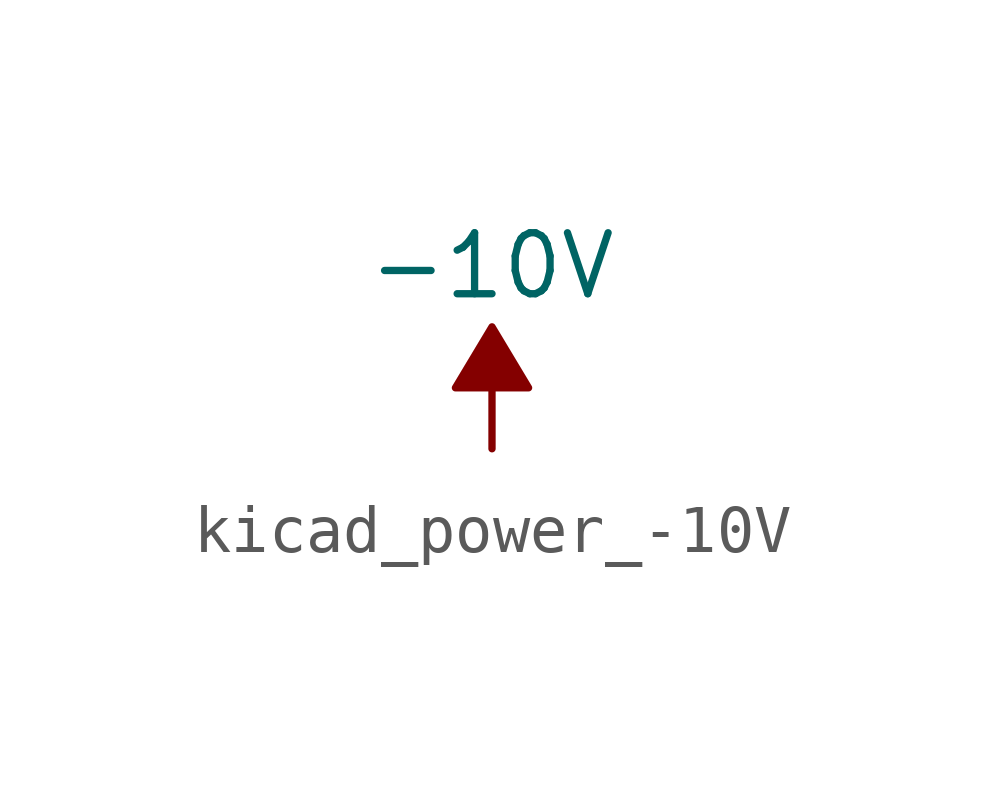
<source format=kicad_sym>
(kicad_symbol_lib
  (version 20220914)
  (generator kicad_symbol_editor)
  (symbol "kicad_power_-10V"
    (power)
    (pin_names
      (offset 0))
    (property "Reference" "#PWR"
      (at 0 2.54 0)
      (effects (font (size 1.27 1.27)) hide))
    (property "Value" "-10V"
      (at 0 3.81 0)
      (effects (font (size 1.27 1.27))))
    (symbol "kicad_power_-10V_0_0"
      (pin power_in line (at 0 0 90) (length 0) hide (name "-10V" (effects (font (size 1.27 1.27)))) (number "1" (effects (font (size 1.27 1.27))))))
    (symbol "kicad_power_-10V_0_1"
      (polyline (pts (xy 0 0) (xy 0 1.27) (xy 0.762 1.27) (xy 0 2.54) (xy -0.762 1.27) (xy 0 1.27)) (stroke (width 0) (type default)) (fill (type outline))))))
</source>
